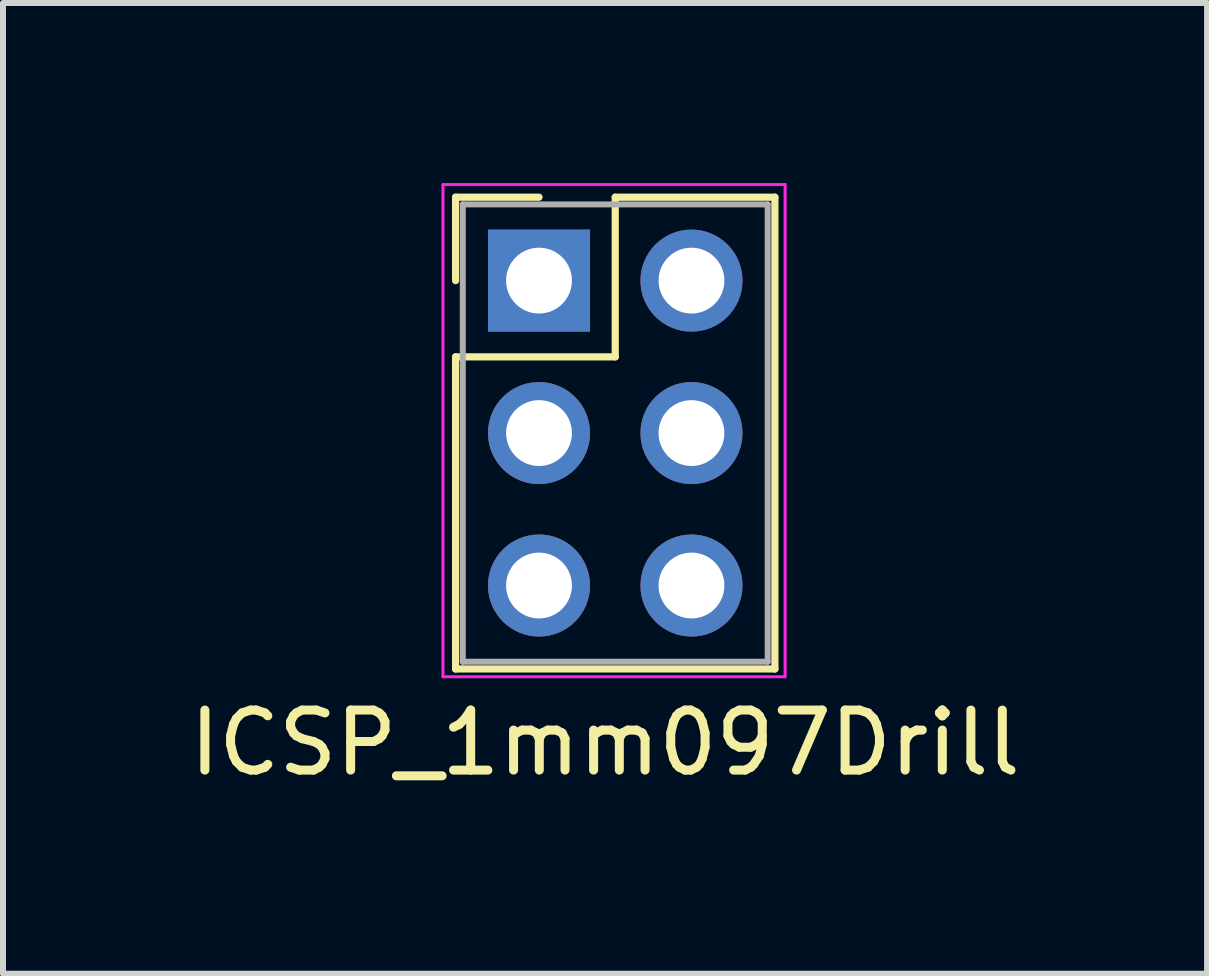
<source format=kicad_pcb>
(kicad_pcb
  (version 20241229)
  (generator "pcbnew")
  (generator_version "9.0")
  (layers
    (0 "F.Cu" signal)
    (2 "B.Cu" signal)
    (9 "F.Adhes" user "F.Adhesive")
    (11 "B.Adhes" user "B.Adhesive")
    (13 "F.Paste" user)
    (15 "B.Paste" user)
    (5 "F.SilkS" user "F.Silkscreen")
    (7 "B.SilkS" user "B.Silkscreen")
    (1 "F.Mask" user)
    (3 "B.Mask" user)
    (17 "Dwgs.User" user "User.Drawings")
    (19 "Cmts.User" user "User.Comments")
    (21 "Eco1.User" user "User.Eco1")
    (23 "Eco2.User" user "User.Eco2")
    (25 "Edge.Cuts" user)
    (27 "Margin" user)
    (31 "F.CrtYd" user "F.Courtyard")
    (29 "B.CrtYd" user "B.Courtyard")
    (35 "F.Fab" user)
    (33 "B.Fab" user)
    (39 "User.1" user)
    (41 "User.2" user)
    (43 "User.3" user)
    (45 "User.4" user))
  (footprint "ICSP_1mm097Drill"
    (layer "F.Cu")
    (at 5.93 1.625)
    (property "Reference" "ICSP_1mm097Drill" (at 1.1 7.7 0) (layer "F.SilkS") (effects (font (size 1 1) (thickness 0.15))))
    (attr through_hole)
    (fp_line (start -1.39 -1.39) (end 0 -1.39) (stroke (width 0.12) (type solid)) (layer "F.SilkS"))
    (fp_line (start -1.39 0) (end -1.39 -1.39) (stroke (width 0.12) (type solid)) (layer "F.SilkS"))
    (fp_line (start -1.39 1.27) (end -1.39 6.47) (stroke (width 0.12) (type solid)) (layer "F.SilkS"))
    (fp_line (start -1.39 6.47) (end 3.93 6.47) (stroke (width 0.12) (type solid)) (layer "F.SilkS"))
    (fp_line (start 1.27 -1.39) (end 1.27 1.27) (stroke (width 0.12) (type solid)) (layer "F.SilkS"))
    (fp_line (start 1.27 1.27) (end -1.39 1.27) (stroke (width 0.12) (type solid)) (layer "F.SilkS"))
    (fp_line (start 3.93 -1.39) (end 1.27 -1.39) (stroke (width 0.12) (type solid)) (layer "F.SilkS"))
    (fp_line (start 3.93 6.47) (end 3.93 -1.39) (stroke (width 0.12) (type solid)) (layer "F.SilkS"))
    (fp_line (start -1.6 -1.6) (end -1.6 6.6) (stroke (width 0.05) (type solid)) (layer "F.CrtYd"))
    (fp_line (start -1.6 6.6) (end 4.1 6.6) (stroke (width 0.05) (type solid)) (layer "F.CrtYd"))
    (fp_line (start 4.1 -1.6) (end -1.6 -1.6) (stroke (width 0.05) (type solid)) (layer "F.CrtYd"))
    (fp_line (start 4.1 6.6) (end 4.1 -1.6) (stroke (width 0.05) (type solid)) (layer "F.CrtYd"))
    (fp_line (start -1.27 -1.27) (end -1.27 6.35) (stroke (width 0.1) (type solid)) (layer "F.Fab"))
    (fp_line (start -1.27 6.35) (end 3.81 6.35) (stroke (width 0.1) (type solid)) (layer "F.Fab"))
    (fp_line (start 3.81 -1.27) (end -1.27 -1.27) (stroke (width 0.1) (type solid)) (layer "F.Fab"))
    (fp_line (start 3.81 6.35) (end 3.81 -1.27) (stroke (width 0.1) (type solid)) (layer "F.Fab"))
    (pad "1" thru_hole rect (at 0 0) (size 1.7 1.7) (drill 1.097) (layers "*.Cu" "*.Mask"))
    (pad "2" thru_hole oval (at 2.54 0) (size 1.7 1.7) (drill 1.097) (layers "*.Cu" "*.Mask"))
    (pad "3" thru_hole oval (at 0 2.54) (size 1.7 1.7) (drill 1.097) (layers "*.Cu" "*.Mask"))
    (pad "4" thru_hole oval (at 2.54 2.54) (size 1.7 1.7) (drill 1.097) (layers "*.Cu" "*.Mask"))
    (pad "5" thru_hole oval (at 0 5.08) (size 1.7 1.7) (drill 1.097) (layers "*.Cu" "*.Mask"))
    (pad "6" thru_hole oval (at 2.54 5.08) (size 1.7 1.7) (drill 1.097) (layers "*.Cu" "*.Mask")))
  (gr_rect
    (start -3 -3)
    (end 17.06 13.173)
    (stroke (width 0.1) (type default))
    (fill no)
    (layer "Edge.Cuts")))
</source>
